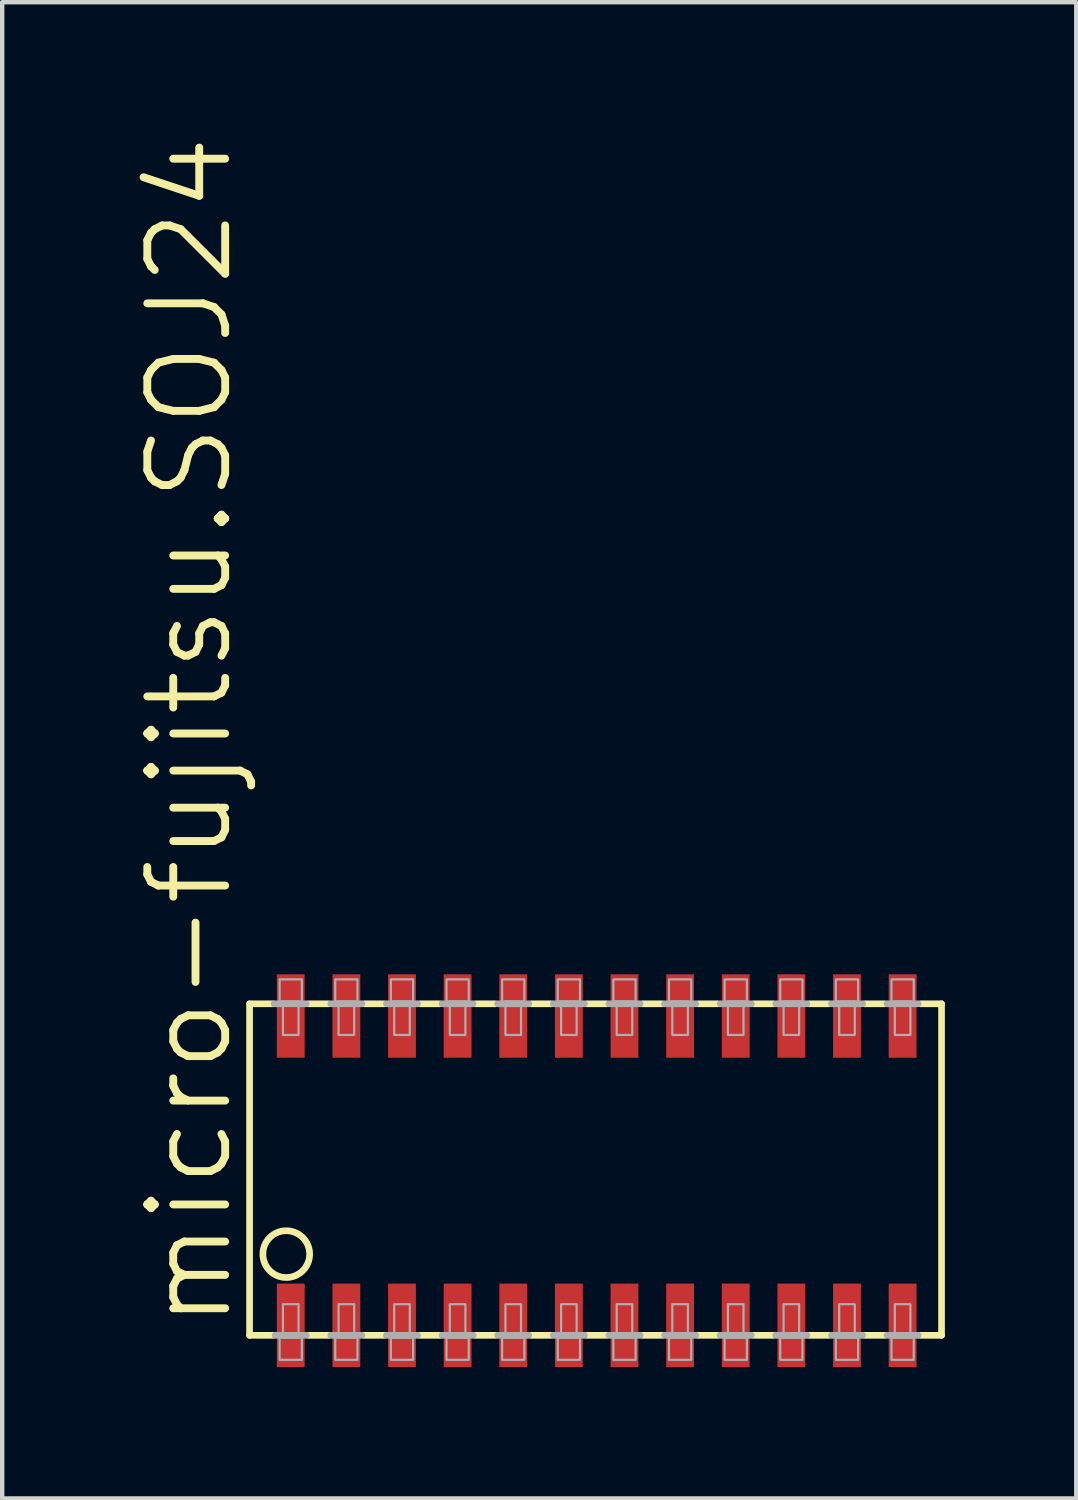
<source format=kicad_pcb>
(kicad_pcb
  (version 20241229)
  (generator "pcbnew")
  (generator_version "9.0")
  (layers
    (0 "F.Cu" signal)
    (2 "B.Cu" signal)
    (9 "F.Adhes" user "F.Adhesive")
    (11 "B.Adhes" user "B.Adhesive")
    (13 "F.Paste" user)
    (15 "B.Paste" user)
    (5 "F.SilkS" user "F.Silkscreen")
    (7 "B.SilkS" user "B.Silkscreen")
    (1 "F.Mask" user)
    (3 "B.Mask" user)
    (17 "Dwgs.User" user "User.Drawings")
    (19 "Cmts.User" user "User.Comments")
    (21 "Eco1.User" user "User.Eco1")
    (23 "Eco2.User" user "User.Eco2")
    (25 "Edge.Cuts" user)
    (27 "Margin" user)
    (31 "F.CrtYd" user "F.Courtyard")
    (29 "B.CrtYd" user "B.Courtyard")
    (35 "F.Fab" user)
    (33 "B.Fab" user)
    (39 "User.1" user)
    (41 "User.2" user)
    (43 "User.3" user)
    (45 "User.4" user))
  (footprint "micro-fujitsu.SOJ24"
    (layer "F.Cu")
    (at 10.573 23.679)
    (property "Reference" "micro-fujitsu.SOJ24" (at -8.255 3.683 90) (layer "F.SilkS") (effects (font (size 1.778 1.778) (thickness 0.18)) (justify left bottom)))
    (attr smd)
    (fp_line (start -7.925 -3.81) (end -7.925 3.759) (stroke (width 0.152) (type default)) (layer "F.SilkS"))
    (fp_line (start -7.925 -3.81) (end -7.391 -3.81) (stroke (width 0.152) (type default)) (layer "F.SilkS"))
    (fp_line (start -7.925 3.759) (end -7.391 3.759) (stroke (width 0.152) (type default)) (layer "F.SilkS"))
    (fp_line (start -6.579 -3.81) (end -6.121 -3.81) (stroke (width 0.152) (type default)) (layer "F.SilkS"))
    (fp_line (start -6.121 3.759) (end -6.579 3.759) (stroke (width 0.152) (type default)) (layer "F.SilkS"))
    (fp_line (start -5.309 -3.81) (end -4.851 -3.81) (stroke (width 0.152) (type default)) (layer "F.SilkS"))
    (fp_line (start -4.851 3.759) (end -5.309 3.759) (stroke (width 0.152) (type default)) (layer "F.SilkS"))
    (fp_line (start -4.039 -3.81) (end -3.581 -3.81) (stroke (width 0.152) (type default)) (layer "F.SilkS"))
    (fp_line (start -3.581 3.759) (end -4.039 3.759) (stroke (width 0.152) (type default)) (layer "F.SilkS"))
    (fp_line (start -2.769 -3.81) (end -2.311 -3.81) (stroke (width 0.152) (type default)) (layer "F.SilkS"))
    (fp_line (start -2.311 3.759) (end -2.769 3.759) (stroke (width 0.152) (type default)) (layer "F.SilkS"))
    (fp_line (start -1.499 -3.81) (end -1.041 -3.81) (stroke (width 0.152) (type default)) (layer "F.SilkS"))
    (fp_line (start -1.041 3.759) (end -1.499 3.759) (stroke (width 0.152) (type default)) (layer "F.SilkS"))
    (fp_line (start -0.229 -3.81) (end 0.229 -3.81) (stroke (width 0.152) (type default)) (layer "F.SilkS"))
    (fp_line (start 0.229 3.759) (end -0.229 3.759) (stroke (width 0.152) (type default)) (layer "F.SilkS"))
    (fp_line (start 1.041 -3.81) (end 1.499 -3.81) (stroke (width 0.152) (type default)) (layer "F.SilkS"))
    (fp_line (start 1.499 3.759) (end 1.041 3.759) (stroke (width 0.152) (type default)) (layer "F.SilkS"))
    (fp_line (start 2.311 -3.81) (end 2.769 -3.81) (stroke (width 0.152) (type default)) (layer "F.SilkS"))
    (fp_line (start 2.769 3.759) (end 2.311 3.759) (stroke (width 0.152) (type default)) (layer "F.SilkS"))
    (fp_line (start 3.581 -3.81) (end 4.039 -3.81) (stroke (width 0.152) (type default)) (layer "F.SilkS"))
    (fp_line (start 4.039 3.759) (end 3.581 3.759) (stroke (width 0.152) (type default)) (layer "F.SilkS"))
    (fp_line (start 4.851 -3.81) (end 5.309 -3.81) (stroke (width 0.152) (type default)) (layer "F.SilkS"))
    (fp_line (start 5.309 3.759) (end 4.851 3.759) (stroke (width 0.152) (type default)) (layer "F.SilkS"))
    (fp_line (start 6.121 -3.81) (end 6.579 -3.81) (stroke (width 0.152) (type default)) (layer "F.SilkS"))
    (fp_line (start 6.579 3.759) (end 6.121 3.759) (stroke (width 0.152) (type default)) (layer "F.SilkS"))
    (fp_line (start 7.874 -3.81) (end 7.391 -3.81) (stroke (width 0.152) (type default)) (layer "F.SilkS"))
    (fp_line (start 7.874 3.759) (end 7.391 3.759) (stroke (width 0.152) (type default)) (layer "F.SilkS"))
    (fp_line (start 7.874 3.759) (end 7.874 -3.81) (stroke (width 0.152) (type default)) (layer "F.SilkS"))
    (fp_circle (center -7.087 1.905) (end -6.553 1.905) (stroke (width 0.152) (type default)) (fill no) (layer "F.SilkS"))
    (fp_line (start -7.366 -3.81) (end -6.629 -3.81) (stroke (width 0.152) (type default)) (layer "F.Fab"))
    (fp_line (start -7.341 3.759) (end -6.629 3.759) (stroke (width 0.152) (type default)) (layer "F.Fab"))
    (fp_line (start -6.071 -3.81) (end -5.359 -3.81) (stroke (width 0.152) (type default)) (layer "F.Fab"))
    (fp_line (start -5.359 3.759) (end -6.071 3.759) (stroke (width 0.152) (type default)) (layer "F.Fab"))
    (fp_line (start -4.801 -3.81) (end -4.089 -3.81) (stroke (width 0.152) (type default)) (layer "F.Fab"))
    (fp_line (start -4.089 3.759) (end -4.801 3.759) (stroke (width 0.152) (type default)) (layer "F.Fab"))
    (fp_line (start -3.531 -3.81) (end -2.819 -3.81) (stroke (width 0.152) (type default)) (layer "F.Fab"))
    (fp_line (start -2.819 3.759) (end -3.531 3.759) (stroke (width 0.152) (type default)) (layer "F.Fab"))
    (fp_line (start -2.261 -3.81) (end -1.549 -3.81) (stroke (width 0.152) (type default)) (layer "F.Fab"))
    (fp_line (start -1.549 3.759) (end -2.261 3.759) (stroke (width 0.152) (type default)) (layer "F.Fab"))
    (fp_line (start -0.991 -3.81) (end -0.279 -3.81) (stroke (width 0.152) (type default)) (layer "F.Fab"))
    (fp_line (start -0.279 3.759) (end -0.991 3.759) (stroke (width 0.152) (type default)) (layer "F.Fab"))
    (fp_line (start 0.279 -3.81) (end 0.991 -3.81) (stroke (width 0.152) (type default)) (layer "F.Fab"))
    (fp_line (start 0.991 3.759) (end 0.279 3.759) (stroke (width 0.152) (type default)) (layer "F.Fab"))
    (fp_line (start 1.549 -3.81) (end 2.261 -3.81) (stroke (width 0.152) (type default)) (layer "F.Fab"))
    (fp_line (start 2.261 3.759) (end 1.549 3.759) (stroke (width 0.152) (type default)) (layer "F.Fab"))
    (fp_line (start 2.819 -3.81) (end 3.531 -3.81) (stroke (width 0.152) (type default)) (layer "F.Fab"))
    (fp_line (start 3.531 3.759) (end 2.819 3.759) (stroke (width 0.152) (type default)) (layer "F.Fab"))
    (fp_line (start 4.089 -3.81) (end 4.801 -3.81) (stroke (width 0.152) (type default)) (layer "F.Fab"))
    (fp_line (start 4.801 3.759) (end 4.089 3.759) (stroke (width 0.152) (type default)) (layer "F.Fab"))
    (fp_line (start 5.359 -3.81) (end 6.071 -3.81) (stroke (width 0.152) (type default)) (layer "F.Fab"))
    (fp_line (start 6.071 3.759) (end 5.359 3.759) (stroke (width 0.152) (type default)) (layer "F.Fab"))
    (fp_line (start 7.341 -3.81) (end 6.629 -3.81) (stroke (width 0.152) (type default)) (layer "F.Fab"))
    (fp_line (start 7.341 3.759) (end 6.629 3.759) (stroke (width 0.152) (type default)) (layer "F.Fab"))
    (fp_rect (start -7.239 -3.861) (end -6.731 -4.369) (stroke (width 0.05) (type default)) (fill no) (layer "F.Fab"))
    (fp_rect (start -7.239 4.318) (end -6.731 3.81) (stroke (width 0.05) (type default)) (fill no) (layer "F.Fab"))
    (fp_rect (start -7.163 -3.099) (end -6.807 -3.861) (stroke (width 0.05) (type default)) (fill no) (layer "F.Fab"))
    (fp_rect (start -7.163 3.81) (end -6.807 3.048) (stroke (width 0.05) (type default)) (fill no) (layer "F.Fab"))
    (fp_rect (start -5.969 -3.861) (end -5.461 -4.369) (stroke (width 0.05) (type default)) (fill no) (layer "F.Fab"))
    (fp_rect (start -5.969 4.318) (end -5.461 3.81) (stroke (width 0.05) (type default)) (fill no) (layer "F.Fab"))
    (fp_rect (start -5.893 -3.099) (end -5.537 -3.861) (stroke (width 0.05) (type default)) (fill no) (layer "F.Fab"))
    (fp_rect (start -5.893 3.81) (end -5.537 3.048) (stroke (width 0.05) (type default)) (fill no) (layer "F.Fab"))
    (fp_rect (start -4.699 -3.861) (end -4.191 -4.369) (stroke (width 0.05) (type default)) (fill no) (layer "F.Fab"))
    (fp_rect (start -4.699 4.318) (end -4.191 3.81) (stroke (width 0.05) (type default)) (fill no) (layer "F.Fab"))
    (fp_rect (start -4.623 -3.099) (end -4.267 -3.861) (stroke (width 0.05) (type default)) (fill no) (layer "F.Fab"))
    (fp_rect (start -4.623 3.81) (end -4.267 3.048) (stroke (width 0.05) (type default)) (fill no) (layer "F.Fab"))
    (fp_rect (start -3.429 -3.861) (end -2.921 -4.369) (stroke (width 0.05) (type default)) (fill no) (layer "F.Fab"))
    (fp_rect (start -3.429 4.318) (end -2.921 3.81) (stroke (width 0.05) (type default)) (fill no) (layer "F.Fab"))
    (fp_rect (start -3.353 -3.099) (end -2.997 -3.861) (stroke (width 0.05) (type default)) (fill no) (layer "F.Fab"))
    (fp_rect (start -3.353 3.81) (end -2.997 3.048) (stroke (width 0.05) (type default)) (fill no) (layer "F.Fab"))
    (fp_rect (start -2.159 -3.861) (end -1.651 -4.369) (stroke (width 0.05) (type default)) (fill no) (layer "F.Fab"))
    (fp_rect (start -2.159 4.318) (end -1.651 3.81) (stroke (width 0.05) (type default)) (fill no) (layer "F.Fab"))
    (fp_rect (start -2.083 -3.099) (end -1.727 -3.861) (stroke (width 0.05) (type default)) (fill no) (layer "F.Fab"))
    (fp_rect (start -2.083 3.81) (end -1.727 3.048) (stroke (width 0.05) (type default)) (fill no) (layer "F.Fab"))
    (fp_rect (start -0.889 -3.861) (end -0.381 -4.369) (stroke (width 0.05) (type default)) (fill no) (layer "F.Fab"))
    (fp_rect (start -0.889 4.318) (end -0.381 3.81) (stroke (width 0.05) (type default)) (fill no) (layer "F.Fab"))
    (fp_rect (start -0.813 -3.099) (end -0.457 -3.861) (stroke (width 0.05) (type default)) (fill no) (layer "F.Fab"))
    (fp_rect (start -0.813 3.81) (end -0.457 3.048) (stroke (width 0.05) (type default)) (fill no) (layer "F.Fab"))
    (fp_rect (start 0.381 -3.861) (end 0.889 -4.369) (stroke (width 0.05) (type default)) (fill no) (layer "F.Fab"))
    (fp_rect (start 0.381 4.318) (end 0.889 3.81) (stroke (width 0.05) (type default)) (fill no) (layer "F.Fab"))
    (fp_rect (start 0.457 -3.099) (end 0.813 -3.861) (stroke (width 0.05) (type default)) (fill no) (layer "F.Fab"))
    (fp_rect (start 0.457 3.81) (end 0.813 3.048) (stroke (width 0.05) (type default)) (fill no) (layer "F.Fab"))
    (fp_rect (start 1.651 -3.861) (end 2.159 -4.369) (stroke (width 0.05) (type default)) (fill no) (layer "F.Fab"))
    (fp_rect (start 1.651 4.318) (end 2.159 3.81) (stroke (width 0.05) (type default)) (fill no) (layer "F.Fab"))
    (fp_rect (start 1.727 -3.099) (end 2.083 -3.861) (stroke (width 0.05) (type default)) (fill no) (layer "F.Fab"))
    (fp_rect (start 1.727 3.81) (end 2.083 3.048) (stroke (width 0.05) (type default)) (fill no) (layer "F.Fab"))
    (fp_rect (start 2.921 -3.861) (end 3.429 -4.369) (stroke (width 0.05) (type default)) (fill no) (layer "F.Fab"))
    (fp_rect (start 2.921 4.318) (end 3.429 3.81) (stroke (width 0.05) (type default)) (fill no) (layer "F.Fab"))
    (fp_rect (start 2.997 -3.099) (end 3.353 -3.861) (stroke (width 0.05) (type default)) (fill no) (layer "F.Fab"))
    (fp_rect (start 2.997 3.81) (end 3.353 3.048) (stroke (width 0.05) (type default)) (fill no) (layer "F.Fab"))
    (fp_rect (start 4.191 -3.861) (end 4.699 -4.369) (stroke (width 0.05) (type default)) (fill no) (layer "F.Fab"))
    (fp_rect (start 4.191 4.318) (end 4.699 3.81) (stroke (width 0.05) (type default)) (fill no) (layer "F.Fab"))
    (fp_rect (start 4.267 -3.099) (end 4.623 -3.861) (stroke (width 0.05) (type default)) (fill no) (layer "F.Fab"))
    (fp_rect (start 4.267 3.81) (end 4.623 3.048) (stroke (width 0.05) (type default)) (fill no) (layer "F.Fab"))
    (fp_rect (start 5.461 -3.861) (end 5.969 -4.369) (stroke (width 0.05) (type default)) (fill no) (layer "F.Fab"))
    (fp_rect (start 5.461 4.318) (end 5.969 3.81) (stroke (width 0.05) (type default)) (fill no) (layer "F.Fab"))
    (fp_rect (start 5.537 -3.099) (end 5.893 -3.861) (stroke (width 0.05) (type default)) (fill no) (layer "F.Fab"))
    (fp_rect (start 5.537 3.81) (end 5.893 3.048) (stroke (width 0.05) (type default)) (fill no) (layer "F.Fab"))
    (fp_rect (start 6.731 -3.861) (end 7.239 -4.369) (stroke (width 0.05) (type default)) (fill no) (layer "F.Fab"))
    (fp_rect (start 6.731 4.318) (end 7.239 3.81) (stroke (width 0.05) (type default)) (fill no) (layer "F.Fab"))
    (fp_rect (start 6.807 -3.099) (end 7.163 -3.861) (stroke (width 0.05) (type default)) (fill no) (layer "F.Fab"))
    (fp_rect (start 6.807 3.81) (end 7.163 3.048) (stroke (width 0.05) (type default)) (fill no) (layer "F.Fab"))
    (pad "1" smd roundrect (at -6.985 3.531) (size 0.635 1.905) (layers "F.Cu" "F.Mask" "F.Paste") (roundrect_rratio 0.01))
    (pad "2" smd roundrect (at -5.715 3.531) (size 0.635 1.905) (layers "F.Cu" "F.Mask" "F.Paste") (roundrect_rratio 0.01))
    (pad "3" smd roundrect (at -4.445 3.531) (size 0.635 1.905) (layers "F.Cu" "F.Mask" "F.Paste") (roundrect_rratio 0.01))
    (pad "4" smd roundrect (at -3.175 3.531) (size 0.635 1.905) (layers "F.Cu" "F.Mask" "F.Paste") (roundrect_rratio 0.01))
    (pad "5" smd roundrect (at -1.905 3.531) (size 0.635 1.905) (layers "F.Cu" "F.Mask" "F.Paste") (roundrect_rratio 0.01))
    (pad "6" smd roundrect (at -0.635 3.531) (size 0.635 1.905) (layers "F.Cu" "F.Mask" "F.Paste") (roundrect_rratio 0.01))
    (pad "7" smd roundrect (at 0.635 3.531) (size 0.635 1.905) (layers "F.Cu" "F.Mask" "F.Paste") (roundrect_rratio 0.01))
    (pad "8" smd roundrect (at 1.905 3.531) (size 0.635 1.905) (layers "F.Cu" "F.Mask" "F.Paste") (roundrect_rratio 0.01))
    (pad "9" smd roundrect (at 3.175 3.531) (size 0.635 1.905) (layers "F.Cu" "F.Mask" "F.Paste") (roundrect_rratio 0.01))
    (pad "10" smd roundrect (at 4.445 3.531) (size 0.635 1.905) (layers "F.Cu" "F.Mask" "F.Paste") (roundrect_rratio 0.01))
    (pad "11" smd roundrect (at 5.715 3.531) (size 0.635 1.905) (layers "F.Cu" "F.Mask" "F.Paste") (roundrect_rratio 0.01))
    (pad "12" smd roundrect (at 6.985 3.531) (size 0.635 1.905) (layers "F.Cu" "F.Mask" "F.Paste") (roundrect_rratio 0.01))
    (pad "13" smd roundrect (at 6.985 -3.531) (size 0.635 1.905) (layers "F.Cu" "F.Mask" "F.Paste") (roundrect_rratio 0.01))
    (pad "14" smd roundrect (at 5.715 -3.531) (size 0.635 1.905) (layers "F.Cu" "F.Mask" "F.Paste") (roundrect_rratio 0.01))
    (pad "15" smd roundrect (at 4.445 -3.531) (size 0.635 1.905) (layers "F.Cu" "F.Mask" "F.Paste") (roundrect_rratio 0.01))
    (pad "16" smd roundrect (at 3.175 -3.531) (size 0.635 1.905) (layers "F.Cu" "F.Mask" "F.Paste") (roundrect_rratio 0.01))
    (pad "17" smd roundrect (at 1.905 -3.531) (size 0.635 1.905) (layers "F.Cu" "F.Mask" "F.Paste") (roundrect_rratio 0.01))
    (pad "18" smd roundrect (at 0.635 -3.531) (size 0.635 1.905) (layers "F.Cu" "F.Mask" "F.Paste") (roundrect_rratio 0.01))
    (pad "19" smd roundrect (at -0.635 -3.531) (size 0.635 1.905) (layers "F.Cu" "F.Mask" "F.Paste") (roundrect_rratio 0.01))
    (pad "20" smd roundrect (at -1.905 -3.531) (size 0.635 1.905) (layers "F.Cu" "F.Mask" "F.Paste") (roundrect_rratio 0.01))
    (pad "21" smd roundrect (at -3.175 -3.531) (size 0.635 1.905) (layers "F.Cu" "F.Mask" "F.Paste") (roundrect_rratio 0.01))
    (pad "22" smd roundrect (at -4.445 -3.531) (size 0.635 1.905) (layers "F.Cu" "F.Mask" "F.Paste") (roundrect_rratio 0.01))
    (pad "23" smd roundrect (at -5.715 -3.531) (size 0.635 1.905) (layers "F.Cu" "F.Mask" "F.Paste") (roundrect_rratio 0.01))
    (pad "24" smd roundrect (at -6.985 -3.531) (size 0.635 1.905) (layers "F.Cu" "F.Mask" "F.Paste") (roundrect_rratio 0.01)))
  (gr_rect
    (start -3 -3)
    (end 21.523 31.163)
    (stroke (width 0.1) (type default))
    (fill no)
    (layer "Edge.Cuts")))
</source>
